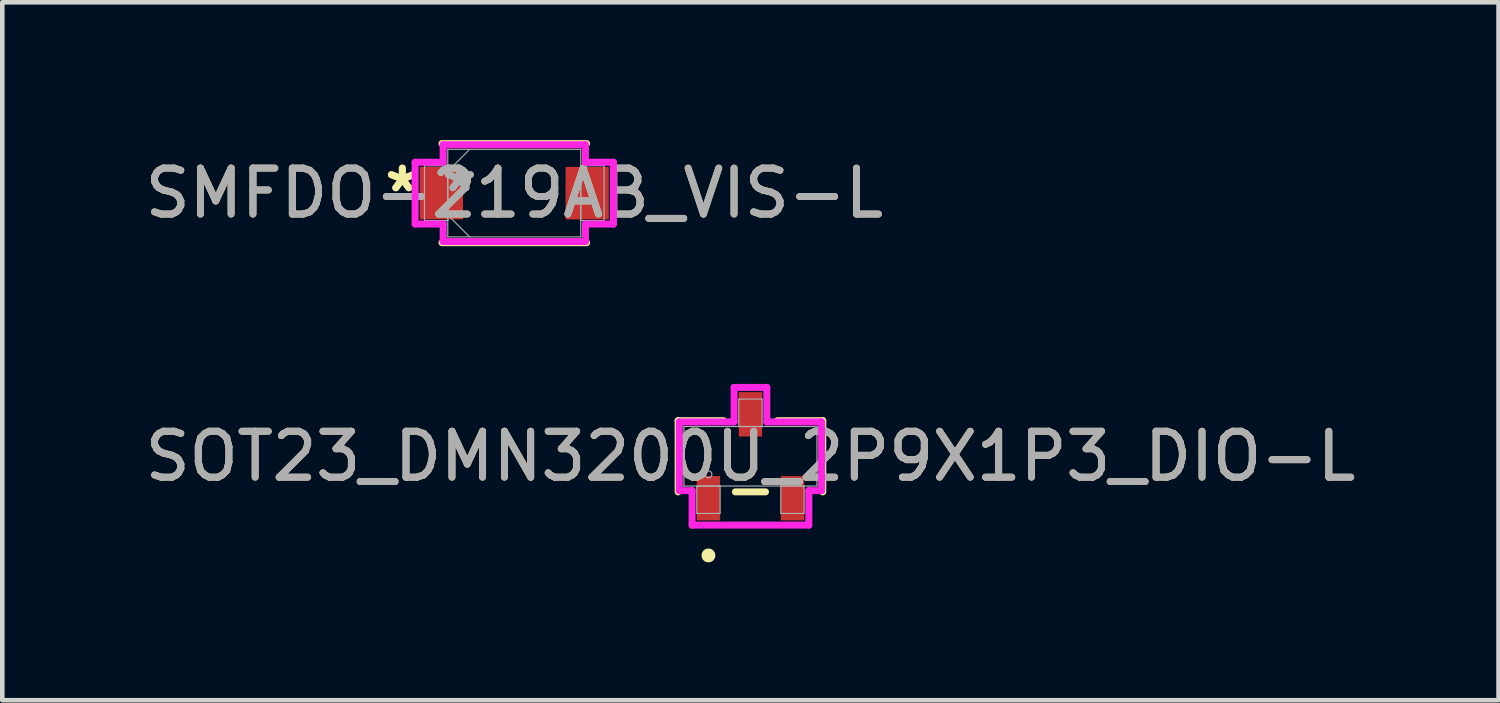
<source format=kicad_pcb>
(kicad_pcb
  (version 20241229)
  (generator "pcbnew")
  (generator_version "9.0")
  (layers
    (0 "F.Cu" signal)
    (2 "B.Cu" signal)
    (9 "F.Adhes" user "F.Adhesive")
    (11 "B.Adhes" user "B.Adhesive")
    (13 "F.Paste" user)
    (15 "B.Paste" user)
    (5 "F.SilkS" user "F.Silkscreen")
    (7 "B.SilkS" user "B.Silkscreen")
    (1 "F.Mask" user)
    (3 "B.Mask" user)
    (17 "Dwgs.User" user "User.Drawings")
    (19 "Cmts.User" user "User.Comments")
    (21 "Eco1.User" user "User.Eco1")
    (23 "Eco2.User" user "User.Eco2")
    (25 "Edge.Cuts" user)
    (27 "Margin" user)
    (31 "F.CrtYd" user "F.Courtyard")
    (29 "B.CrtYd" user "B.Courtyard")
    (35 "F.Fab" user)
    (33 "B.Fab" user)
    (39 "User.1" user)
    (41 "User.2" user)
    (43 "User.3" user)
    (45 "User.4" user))
  (footprint "SOT23_DMN3200U_2P9X1P3_DIO-L"
    (layer "F.Cu")
    (at 13.292 6.886)
    (property "Reference" "SOT23_DMN3200U_2P9X1P3_DIO-L" (at 0 0 0) (unlocked yes) (layer "F.SilkS") (effects (font (size 1 1) (thickness 0.15))))
    (attr smd)
    (fp_line (start -1.575 -0.775) (end -1.575 0.775) (stroke (width 0.152) (type solid)) (layer "F.SilkS"))
    (fp_line (start -0.587 -0.775) (end -1.575 -0.775) (stroke (width 0.152) (type solid)) (layer "F.SilkS"))
    (fp_line (start -0.328 0.775) (end 0.328 0.775) (stroke (width 0.152) (type solid)) (layer "F.SilkS"))
    (fp_line (start 1.575 -0.775) (end 0.587 -0.775) (stroke (width 0.152) (type solid)) (layer "F.SilkS"))
    (fp_line (start 1.575 0.775) (end 1.575 -0.775) (stroke (width 0.152) (type solid)) (layer "F.SilkS"))
    (fp_circle (center -0.915 2.159) (end -0.839 2.159) (stroke (width 0.152) (type solid)) (fill no) (layer "F.SilkS"))
    (fp_line (start -1.549 -0.749) (end -0.356 -0.749) (stroke (width 0.152) (type solid)) (layer "F.CrtYd"))
    (fp_line (start -1.549 0.749) (end -1.549 -0.749) (stroke (width 0.152) (type solid)) (layer "F.CrtYd"))
    (fp_line (start -1.549 0.749) (end -1.271 0.749) (stroke (width 0.152) (type solid)) (layer "F.CrtYd"))
    (fp_line (start -1.271 0.749) (end -1.271 1.499) (stroke (width 0.152) (type solid)) (layer "F.CrtYd"))
    (fp_line (start -1.271 1.499) (end 1.271 1.499) (stroke (width 0.152) (type solid)) (layer "F.CrtYd"))
    (fp_line (start -0.356 -1.499) (end 0.356 -1.499) (stroke (width 0.152) (type solid)) (layer "F.CrtYd"))
    (fp_line (start -0.356 -0.749) (end -0.356 -1.499) (stroke (width 0.152) (type solid)) (layer "F.CrtYd"))
    (fp_line (start 0.356 -0.749) (end 0.356 -1.499) (stroke (width 0.152) (type solid)) (layer "F.CrtYd"))
    (fp_line (start 1.271 0.749) (end 1.271 1.499) (stroke (width 0.152) (type solid)) (layer "F.CrtYd"))
    (fp_line (start 1.549 -0.749) (end 0.356 -0.749) (stroke (width 0.152) (type solid)) (layer "F.CrtYd"))
    (fp_line (start 1.549 -0.749) (end 1.549 0.749) (stroke (width 0.152) (type solid)) (layer "F.CrtYd"))
    (fp_line (start 1.549 0.749) (end 1.271 0.749) (stroke (width 0.152) (type solid)) (layer "F.CrtYd"))
    (fp_line (start -1.448 -0.648) (end -1.448 0.648) (stroke (width 0.025) (type solid)) (layer "F.Fab"))
    (fp_line (start -1.448 0.648) (end 1.448 0.648) (stroke (width 0.025) (type solid)) (layer "F.Fab"))
    (fp_line (start -1.169 0.648) (end -1.169 1.245) (stroke (width 0.025) (type solid)) (layer "F.Fab"))
    (fp_line (start -1.169 1.245) (end -0.661 1.245) (stroke (width 0.025) (type solid)) (layer "F.Fab"))
    (fp_line (start -0.661 0.648) (end -1.169 0.648) (stroke (width 0.025) (type solid)) (layer "F.Fab"))
    (fp_line (start -0.661 1.245) (end -0.661 0.648) (stroke (width 0.025) (type solid)) (layer "F.Fab"))
    (fp_line (start -0.254 -1.245) (end -0.254 -0.648) (stroke (width 0.025) (type solid)) (layer "F.Fab"))
    (fp_line (start -0.254 -0.648) (end 0.254 -0.648) (stroke (width 0.025) (type solid)) (layer "F.Fab"))
    (fp_line (start 0.254 -1.245) (end -0.254 -1.245) (stroke (width 0.025) (type solid)) (layer "F.Fab"))
    (fp_line (start 0.254 -0.648) (end 0.254 -1.245) (stroke (width 0.025) (type solid)) (layer "F.Fab"))
    (fp_line (start 0.661 0.648) (end 0.661 1.245) (stroke (width 0.025) (type solid)) (layer "F.Fab"))
    (fp_line (start 0.661 1.245) (end 1.169 1.245) (stroke (width 0.025) (type solid)) (layer "F.Fab"))
    (fp_line (start 1.169 0.648) (end 0.661 0.648) (stroke (width 0.025) (type solid)) (layer "F.Fab"))
    (fp_line (start 1.169 1.245) (end 1.169 0.648) (stroke (width 0.025) (type solid)) (layer "F.Fab"))
    (fp_line (start 1.448 -0.648) (end -1.448 -0.648) (stroke (width 0.025) (type solid)) (layer "F.Fab"))
    (fp_line (start 1.448 0.648) (end 1.448 -0.648) (stroke (width 0.025) (type solid)) (layer "F.Fab"))
    (fp_circle (center -0.915 0.394) (end -0.839 0.394) (stroke (width 0.025) (type solid)) (fill no) (layer "F.Fab"))
    (fp_text user "${REFERENCE}" (at 0 0 0) (unlocked yes) (layer "F.Fab") (effects (font (size 1 1) (thickness 0.15))))
    (pad "1" smd rect (at -0.915 0.914) (size 0.508 0.965) (layers "F.Cu" "F.Mask" "F.Paste"))
    (pad "2" smd rect (at 0.915 0.914) (size 0.508 0.965) (layers "F.Cu" "F.Mask" "F.Paste"))
    (pad "3" smd rect (at 0 -0.914) (size 0.508 0.965) (layers "F.Cu" "F.Mask" "F.Paste")))
  (footprint "SMFDO-219AB_VIS-L"
    (layer "F.Cu")
    (at 8.149 1.156)
    (property "Reference" "SMFDO-219AB_VIS-L" (at 0 0 0) (unlocked yes) (layer "F.SilkS") (effects (font (size 1 1) (thickness 0.15))))
    (attr smd)
    (fp_line (start -1.575 1.079) (end 1.575 1.079) (stroke (width 0.152) (type solid)) (layer "F.SilkS"))
    (fp_line (start 1.575 -1.079) (end -1.575 -1.079) (stroke (width 0.152) (type solid)) (layer "F.SilkS"))
    (fp_line (start -2.159 -0.673) (end -1.549 -0.673) (stroke (width 0.152) (type solid)) (layer "F.CrtYd"))
    (fp_line (start -2.159 0.673) (end -2.159 -0.673) (stroke (width 0.152) (type solid)) (layer "F.CrtYd"))
    (fp_line (start -1.549 -1.054) (end 1.549 -1.054) (stroke (width 0.152) (type solid)) (layer "F.CrtYd"))
    (fp_line (start -1.549 -0.673) (end -1.549 -1.054) (stroke (width 0.152) (type solid)) (layer "F.CrtYd"))
    (fp_line (start -1.549 0.673) (end -2.159 0.673) (stroke (width 0.152) (type solid)) (layer "F.CrtYd"))
    (fp_line (start -1.549 1.054) (end -1.549 0.673) (stroke (width 0.152) (type solid)) (layer "F.CrtYd"))
    (fp_line (start 1.549 -1.054) (end 1.549 -0.673) (stroke (width 0.152) (type solid)) (layer "F.CrtYd"))
    (fp_line (start 1.549 -0.673) (end 2.159 -0.673) (stroke (width 0.152) (type solid)) (layer "F.CrtYd"))
    (fp_line (start 1.549 0.673) (end 1.549 1.054) (stroke (width 0.152) (type solid)) (layer "F.CrtYd"))
    (fp_line (start 1.549 1.054) (end -1.549 1.054) (stroke (width 0.152) (type solid)) (layer "F.CrtYd"))
    (fp_line (start 2.159 -0.673) (end 2.159 0.673) (stroke (width 0.152) (type solid)) (layer "F.CrtYd"))
    (fp_line (start 2.159 0.673) (end 1.549 0.673) (stroke (width 0.152) (type solid)) (layer "F.CrtYd"))
    (fp_line (start -1.956 -0.597) (end -1.956 0.597) (stroke (width 0.025) (type solid)) (layer "F.Fab"))
    (fp_line (start -1.956 0.597) (end -1.448 0.597) (stroke (width 0.025) (type solid)) (layer "F.Fab"))
    (fp_line (start -1.448 -0.953) (end -1.448 0.953) (stroke (width 0.025) (type solid)) (layer "F.Fab"))
    (fp_line (start -1.448 -0.597) (end -1.956 -0.597) (stroke (width 0.025) (type solid)) (layer "F.Fab"))
    (fp_line (start -1.448 -0.476) (end -0.972 -0.953) (stroke (width 0.025) (type solid)) (layer "F.Fab"))
    (fp_line (start -1.448 0.476) (end -0.972 0.953) (stroke (width 0.025) (type solid)) (layer "F.Fab"))
    (fp_line (start -1.448 0.597) (end -1.448 -0.597) (stroke (width 0.025) (type solid)) (layer "F.Fab"))
    (fp_line (start -1.448 0.953) (end 1.448 0.953) (stroke (width 0.025) (type solid)) (layer "F.Fab"))
    (fp_line (start 1.448 -0.953) (end -1.448 -0.953) (stroke (width 0.025) (type solid)) (layer "F.Fab"))
    (fp_line (start 1.448 -0.597) (end 1.448 0.597) (stroke (width 0.025) (type solid)) (layer "F.Fab"))
    (fp_line (start 1.448 0.597) (end 1.956 0.597) (stroke (width 0.025) (type solid)) (layer "F.Fab"))
    (fp_line (start 1.448 0.953) (end 1.448 -0.953) (stroke (width 0.025) (type solid)) (layer "F.Fab"))
    (fp_line (start 1.956 -0.597) (end 1.448 -0.597) (stroke (width 0.025) (type solid)) (layer "F.Fab"))
    (fp_line (start 1.956 0.597) (end 1.956 -0.597) (stroke (width 0.025) (type solid)) (layer "F.Fab"))
    (fp_text user "*" (at -2.438 0 0) (unlocked yes) (layer "F.SilkS") (effects (font (size 1 1) (thickness 0.15))))
    (fp_text user "*" (at -2.438 0 0) (layer "F.SilkS") (effects (font (size 1 1) (thickness 0.15))))
    (fp_text user "*" (at -1.194 0 0) (unlocked yes) (layer "F.Fab") (effects (font (size 1 1) (thickness 0.15))))
    (fp_text user "*" (at -1.194 0 0) (layer "F.Fab") (effects (font (size 1 1) (thickness 0.15))))
    (fp_text user "${REFERENCE}" (at 0 0 0) (unlocked yes) (layer "F.Fab") (effects (font (size 1 1) (thickness 0.15))))
    (pad "1" smd rect (at -1.587 0) (size 0.94 1.143) (layers "F.Cu" "F.Mask" "F.Paste"))
    (pad "2" smd rect (at 1.587 0) (size 0.94 1.143) (layers "F.Cu" "F.Mask" "F.Paste"))
    (zone (net_name "") (layer "F.Cu") (hatch full 0.508) (connect_pads) (min_thickness 0.254) (filled_areas_thickness no) (keepout (tracks not_allowed) (vias not_allowed) (pads allowed) (copperpour not_allowed) (footprints allowed)) (placement (enabled no)) (fill) (polygon (pts (xy 7.082 0.254) (xy 9.216 0.254) (xy 9.216 2.057) (xy 7.082 2.057)))))
  (gr_rect
    (start -3 -3)
    (end 29.583 12.198)
    (stroke (width 0.1) (type default))
    (fill no)
    (layer "Edge.Cuts")))
</source>
